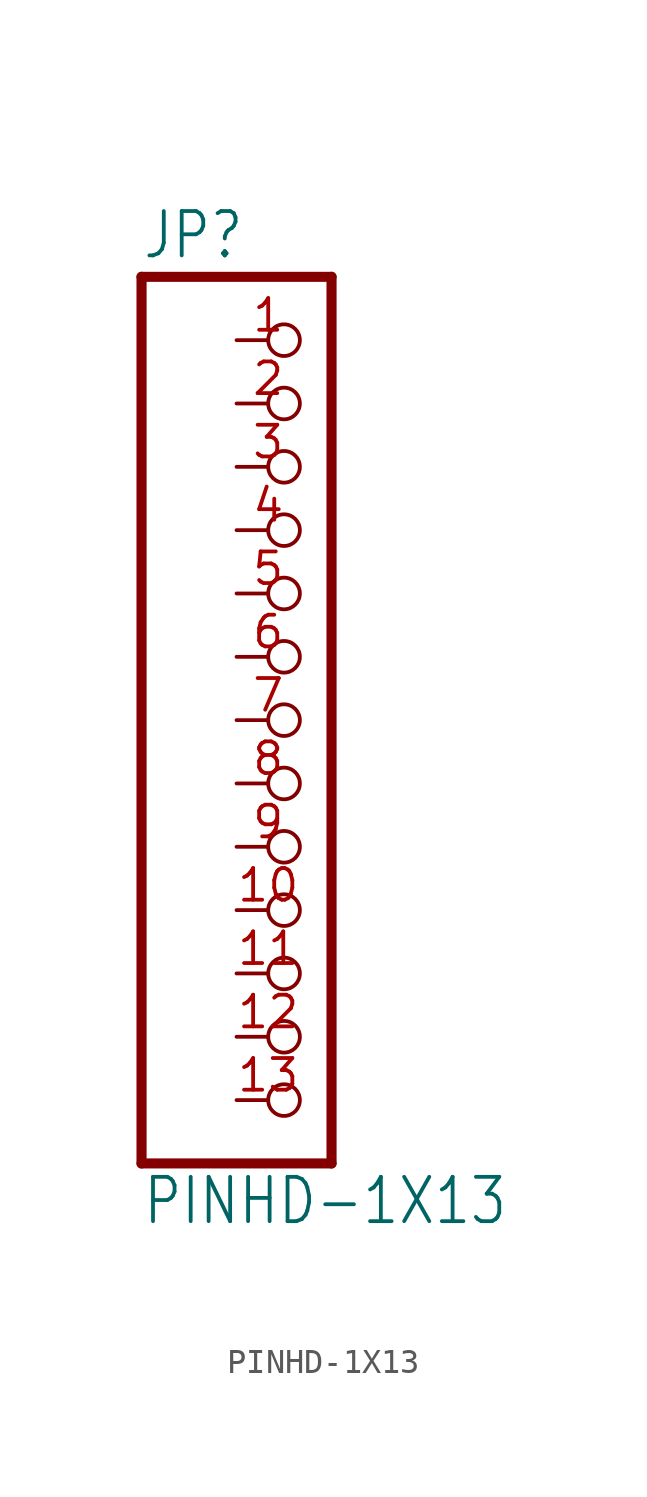
<source format=kicad_sym>
(kicad_symbol_lib
  (version 20211014)
  (generator kicad_symbol_editor)
  (symbol "PINHD-1X13"
    (property "Reference" "JP"
      (at -6.35 18.415 0)
      (effects (font (size 1.778 1.511)) (justify left bottom)))
    (property "Value" "PINHD-1X13"
      (at -6.35 -20.32 0)
      (effects (font (size 1.778 1.511)) (justify left bottom)))
    (property "ki_locked" ""
      (at 0 0 0)
      (effects (font (size 1.27 1.27))))
    (symbol "PINHD-1X13_1_0"
      (polyline (pts (xy -6.35 -17.78) (xy 1.27 -17.78)) (stroke (width 0.406) (type default) (color 0 0 0 0)) (fill (type none)))
      (polyline (pts (xy -6.35 17.78) (xy -6.35 -17.78)) (stroke (width 0.406) (type default) (color 0 0 0 0)) (fill (type none)))
      (polyline (pts (xy 1.27 -17.78) (xy 1.27 17.78)) (stroke (width 0.406) (type default) (color 0 0 0 0)) (fill (type none)))
      (polyline (pts (xy 1.27 17.78) (xy -6.35 17.78)) (stroke (width 0.406) (type default) (color 0 0 0 0)) (fill (type none)))
      (pin passive inverted (at -2.54 15.24 0) (length 2.54) (name "1" (effects (font (size 0 0)))) (number "1" (effects (font (size 1.27 1.27)))))
      (pin passive inverted (at -2.54 -7.62 0) (length 2.54) (name "10" (effects (font (size 0 0)))) (number "10" (effects (font (size 1.27 1.27)))))
      (pin passive inverted (at -2.54 -10.16 0) (length 2.54) (name "11" (effects (font (size 0 0)))) (number "11" (effects (font (size 1.27 1.27)))))
      (pin passive inverted (at -2.54 -12.7 0) (length 2.54) (name "12" (effects (font (size 0 0)))) (number "12" (effects (font (size 1.27 1.27)))))
      (pin passive inverted (at -2.54 -15.24 0) (length 2.54) (name "13" (effects (font (size 0 0)))) (number "13" (effects (font (size 1.27 1.27)))))
      (pin passive inverted (at -2.54 12.7 0) (length 2.54) (name "2" (effects (font (size 0 0)))) (number "2" (effects (font (size 1.27 1.27)))))
      (pin passive inverted (at -2.54 10.16 0) (length 2.54) (name "3" (effects (font (size 0 0)))) (number "3" (effects (font (size 1.27 1.27)))))
      (pin passive inverted (at -2.54 7.62 0) (length 2.54) (name "4" (effects (font (size 0 0)))) (number "4" (effects (font (size 1.27 1.27)))))
      (pin passive inverted (at -2.54 5.08 0) (length 2.54) (name "5" (effects (font (size 0 0)))) (number "5" (effects (font (size 1.27 1.27)))))
      (pin passive inverted (at -2.54 2.54 0) (length 2.54) (name "6" (effects (font (size 0 0)))) (number "6" (effects (font (size 1.27 1.27)))))
      (pin passive inverted (at -2.54 0 0) (length 2.54) (name "7" (effects (font (size 0 0)))) (number "7" (effects (font (size 1.27 1.27)))))
      (pin passive inverted (at -2.54 -2.54 0) (length 2.54) (name "8" (effects (font (size 0 0)))) (number "8" (effects (font (size 1.27 1.27)))))
      (pin passive inverted (at -2.54 -5.08 0) (length 2.54) (name "9" (effects (font (size 0 0)))) (number "9" (effects (font (size 1.27 1.27))))))))
</source>
